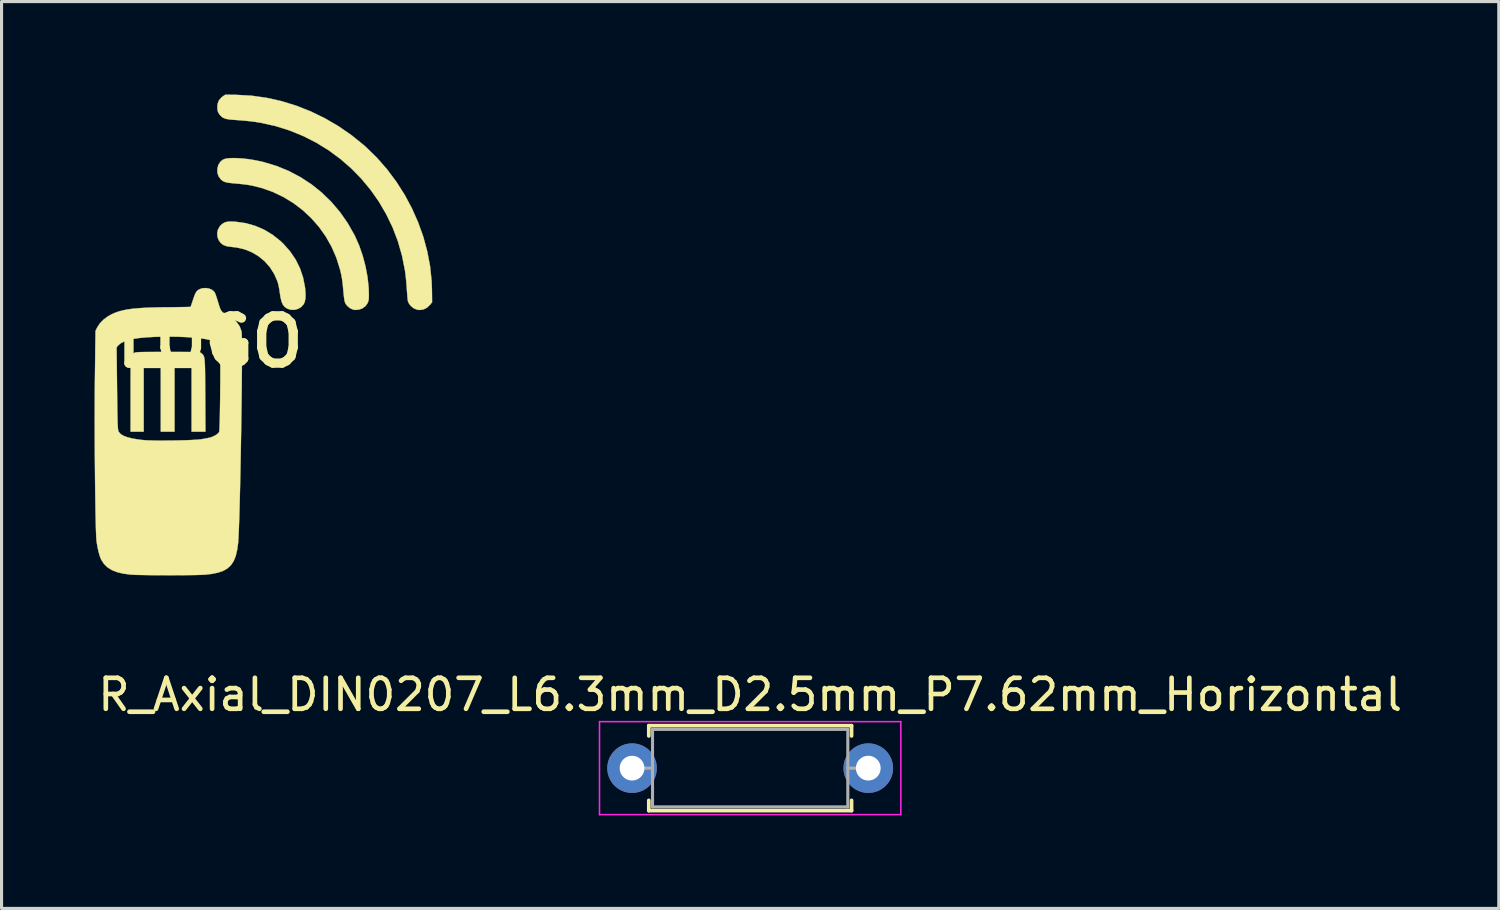
<source format=kicad_pcb>
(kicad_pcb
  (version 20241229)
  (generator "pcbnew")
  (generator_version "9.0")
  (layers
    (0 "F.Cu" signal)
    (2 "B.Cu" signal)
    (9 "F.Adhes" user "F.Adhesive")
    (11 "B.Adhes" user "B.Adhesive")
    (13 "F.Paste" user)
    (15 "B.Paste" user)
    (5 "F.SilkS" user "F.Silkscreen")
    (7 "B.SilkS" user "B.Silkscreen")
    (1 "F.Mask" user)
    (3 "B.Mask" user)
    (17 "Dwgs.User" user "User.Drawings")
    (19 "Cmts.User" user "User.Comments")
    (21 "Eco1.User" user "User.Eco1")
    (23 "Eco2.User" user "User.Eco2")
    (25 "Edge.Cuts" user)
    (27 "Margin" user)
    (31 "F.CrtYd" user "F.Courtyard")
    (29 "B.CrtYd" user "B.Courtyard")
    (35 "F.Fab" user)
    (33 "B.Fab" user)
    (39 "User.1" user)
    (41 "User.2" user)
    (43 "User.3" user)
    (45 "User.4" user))
  (footprint "LOGO"
    (layer "F.Cu")
    (at 3.723 7.974)
    (property "Reference" "LOGO" (at 0 0 0) (layer "F.SilkS") (effects (font (size 1.524 1.524) (thickness 0.3))))
    (attr through_hole)
    (fp_poly (pts (xy 0.795 -3.873) (xy 0.836 -3.87) (xy 1.152 -3.825) (xy 1.455 -3.74) (xy 1.743 -3.616) (xy 2.015 -3.454) (xy 2.267 -3.255) (xy 2.372 -3.155) (xy 2.587 -2.912) (xy 2.764 -2.65) (xy 2.902 -2.371) (xy 3.003 -2.074) (xy 3.065 -1.759) (xy 3.07 -1.716) (xy 3.084 -1.539) (xy 3.08 -1.397) (xy 3.057 -1.285) (xy 3.023 -1.211) (xy 2.945 -1.123) (xy 2.842 -1.061) (xy 2.726 -1.029) (xy 2.607 -1.032) (xy 2.59 -1.036) (xy 2.49 -1.07) (xy 2.413 -1.122) (xy 2.353 -1.196) (xy 2.308 -1.297) (xy 2.276 -1.432) (xy 2.257 -1.556) (xy 2.24 -1.671) (xy 2.219 -1.784) (xy 2.197 -1.881) (xy 2.181 -1.937) (xy 2.075 -2.181) (xy 1.937 -2.4) (xy 1.769 -2.592) (xy 1.574 -2.754) (xy 1.356 -2.885) (xy 1.118 -2.981) (xy 0.862 -3.04) (xy 0.794 -3.048) (xy 0.701 -3.059) (xy 0.616 -3.07) (xy 0.554 -3.079) (xy 0.54 -3.082) (xy 0.429 -3.123) (xy 0.341 -3.193) (xy 0.277 -3.285) (xy 0.241 -3.391) (xy 0.234 -3.504) (xy 0.258 -3.617) (xy 0.316 -3.72) (xy 0.35 -3.759) (xy 0.413 -3.813) (xy 0.48 -3.85) (xy 0.561 -3.871) (xy 0.663 -3.878) (xy 0.795 -3.873)) (stroke (width 0.01) (type solid)) (fill yes) (layer "F.SilkS"))
    (fp_poly (pts (xy -1.128 0.328) (xy -0.93 0.328) (xy -0.766 0.329) (xy -0.634 0.33) (xy -0.53 0.332) (xy -0.45 0.334) (xy -0.391 0.337) (xy -0.348 0.342) (xy -0.318 0.347) (xy -0.298 0.354) (xy -0.285 0.363) (xy -0.275 0.37) (xy -0.251 0.392) (xy -0.23 0.413) (xy -0.213 0.436) (xy -0.199 0.465) (xy -0.187 0.502) (xy -0.178 0.553) (xy -0.171 0.619) (xy -0.165 0.704) (xy -0.161 0.813) (xy -0.158 0.948) (xy -0.156 1.112) (xy -0.155 1.31) (xy -0.153 1.545) (xy -0.152 1.72) (xy -0.146 2.9) (xy -0.593 2.9) (xy -0.593 0.847) (xy -1.143 0.847) (xy -1.143 2.9) (xy -1.587 2.9) (xy -1.587 0.847) (xy -2.138 0.847) (xy -2.138 2.9) (xy -2.561 2.9) (xy -2.561 1.713) (xy -2.561 1.453) (xy -2.561 1.231) (xy -2.56 1.045) (xy -2.559 0.89) (xy -2.556 0.765) (xy -2.553 0.665) (xy -2.547 0.586) (xy -2.54 0.526) (xy -2.531 0.481) (xy -2.519 0.447) (xy -2.505 0.422) (xy -2.488 0.401) (xy -2.468 0.381) (xy -2.455 0.37) (xy -2.443 0.361) (xy -2.429 0.353) (xy -2.407 0.346) (xy -2.375 0.341) (xy -2.329 0.337) (xy -2.266 0.334) (xy -2.181 0.331) (xy -2.072 0.33) (xy -1.933 0.329) (xy -1.763 0.328) (xy -1.557 0.328) (xy -1.365 0.328) (xy -1.128 0.328)) (stroke (width 0.01) (type solid)) (fill yes) (layer "F.SilkS"))
    (fp_poly (pts (xy 0.856 -7.964) (xy 1.343 -7.937) (xy 1.83 -7.868) (xy 2.313 -7.76) (xy 2.789 -7.612) (xy 3.256 -7.428) (xy 3.71 -7.207) (xy 4.148 -6.951) (xy 4.568 -6.661) (xy 4.967 -6.338) (xy 5.032 -6.28) (xy 5.387 -5.934) (xy 5.714 -5.56) (xy 6.012 -5.161) (xy 6.279 -4.742) (xy 6.514 -4.304) (xy 6.715 -3.851) (xy 6.881 -3.388) (xy 7.009 -2.915) (xy 7.1 -2.438) (xy 7.15 -1.959) (xy 7.161 -1.669) (xy 7.165 -1.274) (xy 7.099 -1.193) (xy 7 -1.099) (xy 6.887 -1.042) (xy 6.764 -1.024) (xy 6.675 -1.036) (xy 6.574 -1.079) (xy 6.483 -1.151) (xy 6.414 -1.241) (xy 6.385 -1.312) (xy 6.379 -1.351) (xy 6.371 -1.424) (xy 6.363 -1.521) (xy 6.355 -1.635) (xy 6.35 -1.704) (xy 6.34 -1.848) (xy 6.326 -2.003) (xy 6.309 -2.154) (xy 6.293 -2.283) (xy 6.289 -2.307) (xy 6.194 -2.783) (xy 6.061 -3.244) (xy 5.892 -3.688) (xy 5.687 -4.113) (xy 5.45 -4.518) (xy 5.181 -4.901) (xy 4.883 -5.26) (xy 4.556 -5.594) (xy 4.204 -5.9) (xy 3.828 -6.177) (xy 3.428 -6.423) (xy 3.009 -6.636) (xy 2.57 -6.815) (xy 2.114 -6.958) (xy 1.642 -7.063) (xy 1.48 -7.089) (xy 1.349 -7.107) (xy 1.194 -7.124) (xy 1.032 -7.139) (xy 0.883 -7.15) (xy 0.863 -7.152) (xy 0.712 -7.162) (xy 0.595 -7.175) (xy 0.507 -7.193) (xy 0.44 -7.218) (xy 0.385 -7.252) (xy 0.337 -7.299) (xy 0.309 -7.331) (xy 0.269 -7.391) (xy 0.247 -7.457) (xy 0.237 -7.534) (xy 0.245 -7.671) (xy 0.29 -7.787) (xy 0.372 -7.882) (xy 0.407 -7.909) (xy 0.494 -7.969) (xy 0.856 -7.964)) (stroke (width 0.01) (type solid)) (fill yes) (layer "F.SilkS"))
    (fp_poly (pts (xy 0.876 -5.923) (xy 1.053 -5.911) (xy 1.243 -5.89) (xy 1.44 -5.858) (xy 1.638 -5.818) (xy 1.725 -5.797) (xy 2.144 -5.671) (xy 2.543 -5.507) (xy 2.922 -5.308) (xy 3.279 -5.074) (xy 3.611 -4.807) (xy 3.917 -4.509) (xy 4.196 -4.18) (xy 4.445 -3.822) (xy 4.664 -3.437) (xy 4.677 -3.41) (xy 4.812 -3.106) (xy 4.926 -2.777) (xy 5.017 -2.434) (xy 5.082 -2.088) (xy 5.119 -1.752) (xy 5.125 -1.596) (xy 5.126 -1.484) (xy 5.124 -1.403) (xy 5.118 -1.345) (xy 5.105 -1.297) (xy 5.086 -1.251) (xy 5.082 -1.242) (xy 5.014 -1.148) (xy 4.919 -1.078) (xy 4.806 -1.036) (xy 4.686 -1.026) (xy 4.622 -1.036) (xy 4.519 -1.081) (xy 4.427 -1.158) (xy 4.38 -1.219) (xy 4.361 -1.257) (xy 4.345 -1.306) (xy 4.332 -1.374) (xy 4.32 -1.467) (xy 4.307 -1.595) (xy 4.305 -1.615) (xy 4.29 -1.781) (xy 4.275 -1.915) (xy 4.26 -2.028) (xy 4.242 -2.13) (xy 4.22 -2.232) (xy 4.193 -2.343) (xy 4.192 -2.344) (xy 4.077 -2.712) (xy 3.924 -3.063) (xy 3.737 -3.394) (xy 3.518 -3.703) (xy 3.268 -3.988) (xy 2.992 -4.245) (xy 2.691 -4.474) (xy 2.367 -4.671) (xy 2.023 -4.835) (xy 1.662 -4.962) (xy 1.359 -5.037) (xy 1.248 -5.057) (xy 1.112 -5.076) (xy 0.971 -5.092) (xy 0.862 -5.102) (xy 0.715 -5.115) (xy 0.603 -5.128) (xy 0.519 -5.144) (xy 0.456 -5.165) (xy 0.406 -5.192) (xy 0.362 -5.227) (xy 0.351 -5.238) (xy 0.277 -5.337) (xy 0.241 -5.45) (xy 0.239 -5.58) (xy 0.269 -5.702) (xy 0.332 -5.801) (xy 0.408 -5.867) (xy 0.478 -5.898) (xy 0.583 -5.917) (xy 0.717 -5.925) (xy 0.876 -5.923)) (stroke (width 0.01) (type solid)) (fill yes) (layer "F.SilkS"))
    (fp_poly (pts (xy -0.02 -1.713) (xy 0.073 -1.671) (xy 0.141 -1.609) (xy 0.152 -1.593) (xy 0.171 -1.551) (xy 0.198 -1.478) (xy 0.229 -1.384) (xy 0.261 -1.279) (xy 0.264 -1.27) (xy 0.3 -1.152) (xy 0.33 -1.066) (xy 0.362 -1.005) (xy 0.401 -0.959) (xy 0.454 -0.92) (xy 0.526 -0.88) (xy 0.56 -0.863) (xy 0.727 -0.76) (xy 0.859 -0.639) (xy 0.956 -0.501) (xy 1.013 -0.35) (xy 1.02 -0.321) (xy 1.024 -0.274) (xy 1.028 -0.188) (xy 1.03 -0.065) (xy 1.032 0.091) (xy 1.032 0.279) (xy 1.032 0.494) (xy 1.031 0.734) (xy 1.029 0.996) (xy 1.027 1.278) (xy 1.024 1.576) (xy 1.02 1.887) (xy 1.016 2.209) (xy 1.011 2.539) (xy 1.006 2.873) (xy 1 3.21) (xy 0.994 3.545) (xy 0.988 3.877) (xy 0.982 4.202) (xy 0.975 4.518) (xy 0.968 4.821) (xy 0.961 5.109) (xy 0.954 5.379) (xy 0.947 5.627) (xy 0.939 5.851) (xy 0.932 6.049) (xy 0.925 6.217) (xy 0.918 6.352) (xy 0.912 6.452) (xy 0.909 6.483) (xy 0.877 6.716) (xy 0.831 6.911) (xy 0.765 7.074) (xy 0.679 7.205) (xy 0.567 7.31) (xy 0.427 7.39) (xy 0.256 7.449) (xy 0.051 7.49) (xy -0.16 7.514) (xy -0.24 7.518) (xy -0.358 7.522) (xy -0.506 7.526) (xy -0.679 7.528) (xy -0.871 7.53) (xy -1.076 7.531) (xy -1.289 7.532) (xy -1.504 7.531) (xy -1.714 7.53) (xy -1.914 7.529) (xy -2.099 7.526) (xy -2.262 7.523) (xy -2.398 7.52) (xy -2.5 7.515) (xy -2.541 7.513) (xy -2.785 7.482) (xy -2.993 7.433) (xy -3.167 7.364) (xy -3.31 7.274) (xy -3.423 7.162) (xy -3.509 7.027) (xy -3.513 7.019) (xy -3.553 6.917) (xy -3.591 6.785) (xy -3.625 6.635) (xy -3.652 6.477) (xy -3.661 6.403) (xy -3.667 6.328) (xy -3.672 6.214) (xy -3.678 6.065) (xy -3.683 5.883) (xy -3.688 5.671) (xy -3.693 5.434) (xy -3.697 5.174) (xy -3.701 4.895) (xy -3.705 4.599) (xy -3.708 4.291) (xy -3.711 3.973) (xy -3.714 3.649) (xy -3.716 3.321) (xy -3.717 2.994) (xy -3.718 2.671) (xy -3.718 2.354) (xy -3.717 2.047) (xy -3.716 1.754) (xy -3.714 1.477) (xy -3.712 1.221) (xy -3.711 1.185) (xy -3.699 0.18) (xy -3.012 0.18) (xy -2.997 1.503) (xy -2.994 1.775) (xy -2.991 2.009) (xy -2.988 2.206) (xy -2.985 2.371) (xy -2.982 2.506) (xy -2.979 2.615) (xy -2.975 2.701) (xy -2.971 2.767) (xy -2.966 2.817) (xy -2.961 2.853) (xy -2.954 2.879) (xy -2.947 2.898) (xy -2.946 2.9) (xy -2.891 2.97) (xy -2.795 3.031) (xy -2.66 3.082) (xy -2.484 3.125) (xy -2.268 3.159) (xy -2.138 3.173) (xy -2.039 3.18) (xy -1.908 3.185) (xy -1.751 3.188) (xy -1.575 3.189) (xy -1.386 3.188) (xy -1.192 3.186) (xy -0.999 3.183) (xy -0.814 3.178) (xy -0.644 3.172) (xy -0.496 3.164) (xy -0.375 3.156) (xy -0.29 3.147) (xy -0.286 3.146) (xy -0.185 3.129) (xy -0.09 3.111) (xy -0.016 3.096) (xy 0.011 3.089) (xy 0.102 3.056) (xy 0.187 3.011) (xy 0.255 2.962) (xy 0.294 2.915) (xy 0.297 2.91) (xy 0.301 2.877) (xy 0.306 2.806) (xy 0.31 2.702) (xy 0.315 2.57) (xy 0.319 2.413) (xy 0.322 2.237) (xy 0.325 2.045) (xy 0.328 1.842) (xy 0.33 1.632) (xy 0.332 1.42) (xy 0.334 1.21) (xy 0.334 1.006) (xy 0.335 0.814) (xy 0.334 0.636) (xy 0.333 0.479) (xy 0.331 0.345) (xy 0.329 0.241) (xy 0.325 0.169) (xy 0.321 0.134) (xy 0.32 0.133) (xy 0.279 0.086) (xy 0.208 0.036) (xy 0.119 -0.011) (xy 0.023 -0.048) (xy -0.009 -0.058) (xy -0.156 -0.089) (xy -0.338 -0.115) (xy -0.549 -0.135) (xy -0.781 -0.151) (xy -1.028 -0.161) (xy -1.282 -0.165) (xy -1.538 -0.164) (xy -1.787 -0.157) (xy -2.024 -0.144) (xy -2.241 -0.125) (xy -2.431 -0.1) (xy -2.467 -0.094) (xy -2.628 -0.058) (xy -2.768 -0.009) (xy -2.879 0.049) (xy -2.956 0.113) (xy -2.957 0.114) (xy -3.012 0.18) (xy -3.699 0.18) (xy -3.692 -0.349) (xy -3.641 -0.455) (xy -3.557 -0.586) (xy -3.439 -0.709) (xy -3.294 -0.818) (xy -3.174 -0.885) (xy -3.062 -0.935) (xy -2.942 -0.977) (xy -2.81 -1.012) (xy -2.663 -1.041) (xy -2.496 -1.064) (xy -2.305 -1.082) (xy -2.085 -1.096) (xy -1.834 -1.105) (xy -1.546 -1.111) (xy -1.401 -1.112) (xy -1.225 -1.114) (xy -1.062 -1.116) (xy -0.919 -1.118) (xy -0.799 -1.12) (xy -0.707 -1.122) (xy -0.647 -1.124) (xy -0.626 -1.125) (xy -0.617 -1.147) (xy -0.598 -1.2) (xy -0.572 -1.277) (xy -0.55 -1.344) (xy -0.51 -1.462) (xy -0.476 -1.546) (xy -0.444 -1.605) (xy -0.41 -1.646) (xy -0.367 -1.677) (xy -0.336 -1.695) (xy -0.236 -1.727) (xy -0.127 -1.732) (xy -0.02 -1.713)) (stroke (width 0.01) (type solid)) (fill yes) (layer "F.SilkS")))
  (footprint "R_Axial_DIN0207_L6.3mm_D2.5mm_P7.62mm_Horizontal"
    (layer "F.Cu")
    (at 17.339 21.729)
    (property "Reference" "R_Axial_DIN0207_L6.3mm_D2.5mm_P7.62mm_Horizontal" (at 3.81 -2.37 180) (layer "F.SilkS") (effects (font (size 1 1) (thickness 0.15))))
    (property "Value" "${VALUE}" (at 3.6 0 180) (layer "F.SilkS") (hide yes) (effects (font (size 1 1) (thickness 0.15))))
    (attr through_hole)
    (fp_line (start 0.54 -1.37) (end 7.08 -1.37) (stroke (width 0.12) (type solid)) (layer "F.SilkS"))
    (fp_line (start 0.54 -1.04) (end 0.54 -1.37) (stroke (width 0.12) (type solid)) (layer "F.SilkS"))
    (fp_line (start 0.54 1.04) (end 0.54 1.37) (stroke (width 0.12) (type solid)) (layer "F.SilkS"))
    (fp_line (start 0.54 1.37) (end 7.08 1.37) (stroke (width 0.12) (type solid)) (layer "F.SilkS"))
    (fp_line (start 7.08 -1.37) (end 7.08 -1.04) (stroke (width 0.12) (type solid)) (layer "F.SilkS"))
    (fp_line (start 7.08 1.37) (end 7.08 1.04) (stroke (width 0.12) (type solid)) (layer "F.SilkS"))
    (fp_line (start -1.05 -1.5) (end -1.05 1.5) (stroke (width 0.05) (type solid)) (layer "F.CrtYd"))
    (fp_line (start -1.05 1.5) (end 8.67 1.5) (stroke (width 0.05) (type solid)) (layer "F.CrtYd"))
    (fp_line (start 8.67 -1.5) (end -1.05 -1.5) (stroke (width 0.05) (type solid)) (layer "F.CrtYd"))
    (fp_line (start 8.67 1.5) (end 8.67 -1.5) (stroke (width 0.05) (type solid)) (layer "F.CrtYd"))
    (fp_line (start 0 0) (end 0.66 0) (stroke (width 0.1) (type solid)) (layer "F.Fab"))
    (fp_line (start 0.66 -1.25) (end 0.66 1.25) (stroke (width 0.1) (type solid)) (layer "F.Fab"))
    (fp_line (start 0.66 1.25) (end 6.96 1.25) (stroke (width 0.1) (type solid)) (layer "F.Fab"))
    (fp_line (start 6.96 -1.25) (end 0.66 -1.25) (stroke (width 0.1) (type solid)) (layer "F.Fab"))
    (fp_line (start 6.96 1.25) (end 6.96 -1.25) (stroke (width 0.1) (type solid)) (layer "F.Fab"))
    (fp_line (start 7.62 0) (end 6.96 0) (stroke (width 0.1) (type solid)) (layer "F.Fab"))
    (pad "1" thru_hole circle (at 0 0) (size 1.6 1.6) (drill 0.8) (layers "*.Cu" "*.Mask"))
    (pad "2" thru_hole oval (at 7.62 0) (size 1.6 1.6) (drill 0.8) (layers "*.Cu" "*.Mask")))
  (gr_rect
    (start -3 -3)
    (end 45.298 26.254)
    (stroke (width 0.1) (type default))
    (fill no)
    (layer "Edge.Cuts")))
</source>
